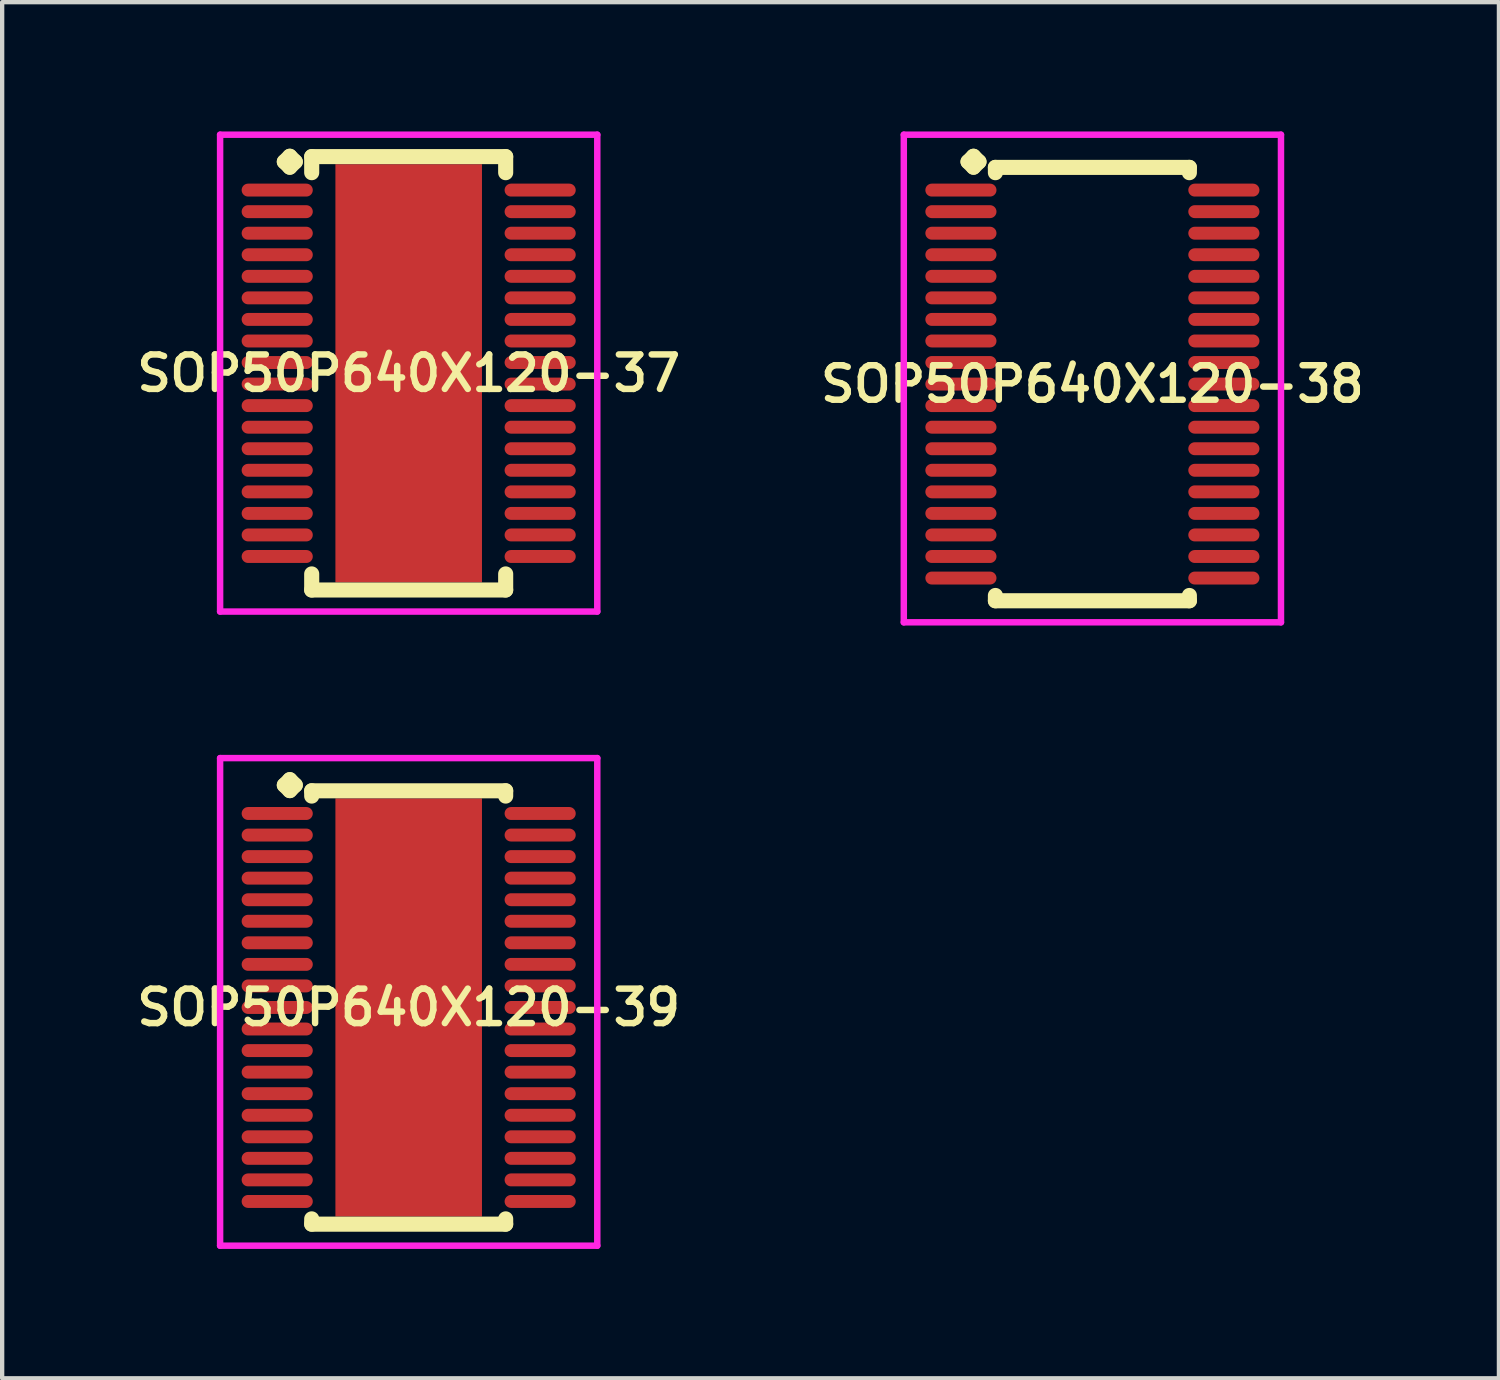
<source format=kicad_pcb>
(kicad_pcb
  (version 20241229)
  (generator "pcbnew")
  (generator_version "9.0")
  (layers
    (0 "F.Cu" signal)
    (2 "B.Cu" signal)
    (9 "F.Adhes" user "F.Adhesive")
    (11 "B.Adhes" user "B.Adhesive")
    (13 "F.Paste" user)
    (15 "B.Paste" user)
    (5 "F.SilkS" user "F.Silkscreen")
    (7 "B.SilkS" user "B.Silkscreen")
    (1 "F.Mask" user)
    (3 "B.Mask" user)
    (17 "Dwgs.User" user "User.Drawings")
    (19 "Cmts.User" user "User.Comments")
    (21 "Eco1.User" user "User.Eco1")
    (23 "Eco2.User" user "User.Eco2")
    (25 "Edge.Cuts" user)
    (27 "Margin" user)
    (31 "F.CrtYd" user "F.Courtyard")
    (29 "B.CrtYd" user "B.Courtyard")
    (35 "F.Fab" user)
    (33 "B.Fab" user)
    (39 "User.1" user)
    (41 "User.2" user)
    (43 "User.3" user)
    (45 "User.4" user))
  (footprint "SOP50P640X120-39"
    (layer "F.Cu")
    (at 6.431 20.322)
    (property "Reference" "SOP50P640X120-39" (at 0 0 0) (layer "F.SilkS") (effects (font (size 0.8 0.8) (thickness 0.15))))
    (attr smd)
    (fp_line (start -2.885 -5.158) (end -2.758 -5.285) (stroke (width 0.35) (type solid)) (layer "F.SilkS"))
    (fp_line (start -2.758 -5.285) (end -2.631 -5.158) (stroke (width 0.35) (type solid)) (layer "F.SilkS"))
    (fp_line (start -2.758 -5.031) (end -2.885 -5.158) (stroke (width 0.35) (type solid)) (layer "F.SilkS"))
    (fp_line (start -2.631 -5.158) (end -2.758 -5.031) (stroke (width 0.35) (type solid)) (layer "F.SilkS"))
    (fp_line (start -2.25 -5.027) (end 2.25 -5.027) (stroke (width 0.35) (type solid)) (layer "F.SilkS"))
    (fp_line (start -2.25 -4.904) (end -2.25 -5.027) (stroke (width 0.35) (type solid)) (layer "F.SilkS"))
    (fp_line (start -2.25 4.904) (end -2.25 5.027) (stroke (width 0.35) (type solid)) (layer "F.SilkS"))
    (fp_line (start -2.25 5.027) (end 2.25 5.027) (stroke (width 0.35) (type solid)) (layer "F.SilkS"))
    (fp_line (start 2.25 -5.027) (end 2.25 -4.904) (stroke (width 0.35) (type solid)) (layer "F.SilkS"))
    (fp_line (start 2.25 5.027) (end 2.25 4.904) (stroke (width 0.35) (type solid)) (layer "F.SilkS"))
    (fp_line (start -4.375 -5.785) (end 4.375 -5.785) (stroke (width 0.15) (type solid)) (layer "F.CrtYd"))
    (fp_line (start -4.375 5.527) (end -4.375 -5.785) (stroke (width 0.15) (type solid)) (layer "F.CrtYd"))
    (fp_line (start 4.375 -5.785) (end 4.375 5.527) (stroke (width 0.15) (type solid)) (layer "F.CrtYd"))
    (fp_line (start 4.375 5.527) (end -4.375 5.527) (stroke (width 0.15) (type solid)) (layer "F.CrtYd"))
    (pad "1" smd oval (at -3.05 -4.5) (size 1.65 0.3) (layers "F.Cu" "F.Mask" "F.Paste"))
    (pad "2" smd oval (at -3.05 -4) (size 1.65 0.3) (layers "F.Cu" "F.Mask" "F.Paste"))
    (pad "3" smd oval (at -3.05 -3.5) (size 1.65 0.3) (layers "F.Cu" "F.Mask" "F.Paste"))
    (pad "4" smd oval (at -3.05 -3) (size 1.65 0.3) (layers "F.Cu" "F.Mask" "F.Paste"))
    (pad "5" smd oval (at -3.05 -2.5) (size 1.65 0.3) (layers "F.Cu" "F.Mask" "F.Paste"))
    (pad "6" smd oval (at -3.05 -2) (size 1.65 0.3) (layers "F.Cu" "F.Mask" "F.Paste"))
    (pad "7" smd oval (at -3.05 -1.5) (size 1.65 0.3) (layers "F.Cu" "F.Mask" "F.Paste"))
    (pad "8" smd oval (at -3.05 -1) (size 1.65 0.3) (layers "F.Cu" "F.Mask" "F.Paste"))
    (pad "9" smd oval (at -3.05 -0.5) (size 1.65 0.3) (layers "F.Cu" "F.Mask" "F.Paste"))
    (pad "10" smd oval (at -3.05 0) (size 1.65 0.3) (layers "F.Cu" "F.Mask" "F.Paste"))
    (pad "11" smd oval (at -3.05 0.5) (size 1.65 0.3) (layers "F.Cu" "F.Mask" "F.Paste"))
    (pad "12" smd oval (at -3.05 1) (size 1.65 0.3) (layers "F.Cu" "F.Mask" "F.Paste"))
    (pad "13" smd oval (at -3.05 1.5) (size 1.65 0.3) (layers "F.Cu" "F.Mask" "F.Paste"))
    (pad "14" smd oval (at -3.05 2) (size 1.65 0.3) (layers "F.Cu" "F.Mask" "F.Paste"))
    (pad "15" smd oval (at -3.05 2.5) (size 1.65 0.3) (layers "F.Cu" "F.Mask" "F.Paste"))
    (pad "16" smd oval (at -3.05 3) (size 1.65 0.3) (layers "F.Cu" "F.Mask" "F.Paste"))
    (pad "17" smd oval (at -3.05 3.5) (size 1.65 0.3) (layers "F.Cu" "F.Mask" "F.Paste"))
    (pad "18" smd oval (at -3.05 4) (size 1.65 0.3) (layers "F.Cu" "F.Mask" "F.Paste"))
    (pad "19" smd oval (at -3.05 4.5) (size 1.65 0.3) (layers "F.Cu" "F.Mask" "F.Paste"))
    (pad "20" smd oval (at 3.05 4.5) (size 1.65 0.3) (layers "F.Cu" "F.Mask" "F.Paste"))
    (pad "21" smd oval (at 3.05 4) (size 1.65 0.3) (layers "F.Cu" "F.Mask" "F.Paste"))
    (pad "22" smd oval (at 3.05 3.5) (size 1.65 0.3) (layers "F.Cu" "F.Mask" "F.Paste"))
    (pad "23" smd oval (at 3.05 3) (size 1.65 0.3) (layers "F.Cu" "F.Mask" "F.Paste"))
    (pad "24" smd oval (at 3.05 2.5) (size 1.65 0.3) (layers "F.Cu" "F.Mask" "F.Paste"))
    (pad "25" smd oval (at 3.05 2) (size 1.65 0.3) (layers "F.Cu" "F.Mask" "F.Paste"))
    (pad "26" smd oval (at 3.05 1.5) (size 1.65 0.3) (layers "F.Cu" "F.Mask" "F.Paste"))
    (pad "27" smd oval (at 3.05 1) (size 1.65 0.3) (layers "F.Cu" "F.Mask" "F.Paste"))
    (pad "28" smd oval (at 3.05 0.5) (size 1.65 0.3) (layers "F.Cu" "F.Mask" "F.Paste"))
    (pad "29" smd oval (at 3.05 0) (size 1.65 0.3) (layers "F.Cu" "F.Mask" "F.Paste"))
    (pad "30" smd oval (at 3.05 -0.5) (size 1.65 0.3) (layers "F.Cu" "F.Mask" "F.Paste"))
    (pad "31" smd oval (at 3.05 -1) (size 1.65 0.3) (layers "F.Cu" "F.Mask" "F.Paste"))
    (pad "32" smd oval (at 3.05 -1.5) (size 1.65 0.3) (layers "F.Cu" "F.Mask" "F.Paste"))
    (pad "33" smd oval (at 3.05 -2) (size 1.65 0.3) (layers "F.Cu" "F.Mask" "F.Paste"))
    (pad "34" smd oval (at 3.05 -2.5) (size 1.65 0.3) (layers "F.Cu" "F.Mask" "F.Paste"))
    (pad "35" smd oval (at 3.05 -3) (size 1.65 0.3) (layers "F.Cu" "F.Mask" "F.Paste"))
    (pad "36" smd oval (at 3.05 -3.5) (size 1.65 0.3) (layers "F.Cu" "F.Mask" "F.Paste"))
    (pad "37" smd oval (at 3.05 -4) (size 1.65 0.3) (layers "F.Cu" "F.Mask" "F.Paste"))
    (pad "38" smd oval (at 3.05 -4.5) (size 1.65 0.3) (layers "F.Cu" "F.Mask" "F.Paste"))
    (pad "39" smd rect (at 0 0) (size 3.4 9.7) (layers "F.Cu" "F.Mask" "F.Paste")))
  (footprint "SOP50P640X120-37"
    (layer "F.Cu")
    (at 6.431 5.61)
    (property "Reference" "SOP50P640X120-37" (at 0 0 0) (layer "F.SilkS") (effects (font (size 0.8 0.8) (thickness 0.15))))
    (attr smd)
    (fp_line (start -2.885 -4.908) (end -2.758 -5.035) (stroke (width 0.35) (type solid)) (layer "F.SilkS"))
    (fp_line (start -2.758 -5.035) (end -2.631 -4.908) (stroke (width 0.35) (type solid)) (layer "F.SilkS"))
    (fp_line (start -2.758 -4.781) (end -2.885 -4.908) (stroke (width 0.35) (type solid)) (layer "F.SilkS"))
    (fp_line (start -2.631 -4.908) (end -2.758 -4.781) (stroke (width 0.35) (type solid)) (layer "F.SilkS"))
    (fp_line (start -2.25 -5.027) (end 2.25 -5.027) (stroke (width 0.35) (type solid)) (layer "F.SilkS"))
    (fp_line (start -2.25 -4.654) (end -2.25 -5.027) (stroke (width 0.35) (type solid)) (layer "F.SilkS"))
    (fp_line (start -2.25 4.654) (end -2.25 5.027) (stroke (width 0.35) (type solid)) (layer "F.SilkS"))
    (fp_line (start -2.25 5.027) (end 2.25 5.027) (stroke (width 0.35) (type solid)) (layer "F.SilkS"))
    (fp_line (start 2.25 -5.027) (end 2.25 -4.654) (stroke (width 0.35) (type solid)) (layer "F.SilkS"))
    (fp_line (start 2.25 5.027) (end 2.25 4.654) (stroke (width 0.35) (type solid)) (layer "F.SilkS"))
    (fp_line (start -4.375 -5.535) (end 4.375 -5.535) (stroke (width 0.15) (type solid)) (layer "F.CrtYd"))
    (fp_line (start -4.375 5.527) (end -4.375 -5.535) (stroke (width 0.15) (type solid)) (layer "F.CrtYd"))
    (fp_line (start 4.375 -5.535) (end 4.375 5.527) (stroke (width 0.15) (type solid)) (layer "F.CrtYd"))
    (fp_line (start 4.375 5.527) (end -4.375 5.527) (stroke (width 0.15) (type solid)) (layer "F.CrtYd"))
    (pad "1" smd oval (at -3.05 -4.25) (size 1.65 0.3) (layers "F.Cu" "F.Mask" "F.Paste"))
    (pad "2" smd oval (at -3.05 -3.75) (size 1.65 0.3) (layers "F.Cu" "F.Mask" "F.Paste"))
    (pad "3" smd oval (at -3.05 -3.25) (size 1.65 0.3) (layers "F.Cu" "F.Mask" "F.Paste"))
    (pad "4" smd oval (at -3.05 -2.75) (size 1.65 0.3) (layers "F.Cu" "F.Mask" "F.Paste"))
    (pad "5" smd oval (at -3.05 -2.25) (size 1.65 0.3) (layers "F.Cu" "F.Mask" "F.Paste"))
    (pad "6" smd oval (at -3.05 -1.75) (size 1.65 0.3) (layers "F.Cu" "F.Mask" "F.Paste"))
    (pad "7" smd oval (at -3.05 -1.25) (size 1.65 0.3) (layers "F.Cu" "F.Mask" "F.Paste"))
    (pad "8" smd oval (at -3.05 -0.75) (size 1.65 0.3) (layers "F.Cu" "F.Mask" "F.Paste"))
    (pad "9" smd oval (at -3.05 -0.25) (size 1.65 0.3) (layers "F.Cu" "F.Mask" "F.Paste"))
    (pad "10" smd oval (at -3.05 0.25) (size 1.65 0.3) (layers "F.Cu" "F.Mask" "F.Paste"))
    (pad "11" smd oval (at -3.05 0.75) (size 1.65 0.3) (layers "F.Cu" "F.Mask" "F.Paste"))
    (pad "12" smd oval (at -3.05 1.25) (size 1.65 0.3) (layers "F.Cu" "F.Mask" "F.Paste"))
    (pad "13" smd oval (at -3.05 1.75) (size 1.65 0.3) (layers "F.Cu" "F.Mask" "F.Paste"))
    (pad "14" smd oval (at -3.05 2.25) (size 1.65 0.3) (layers "F.Cu" "F.Mask" "F.Paste"))
    (pad "15" smd oval (at -3.05 2.75) (size 1.65 0.3) (layers "F.Cu" "F.Mask" "F.Paste"))
    (pad "16" smd oval (at -3.05 3.25) (size 1.65 0.3) (layers "F.Cu" "F.Mask" "F.Paste"))
    (pad "17" smd oval (at -3.05 3.75) (size 1.65 0.3) (layers "F.Cu" "F.Mask" "F.Paste"))
    (pad "18" smd oval (at -3.05 4.25) (size 1.65 0.3) (layers "F.Cu" "F.Mask" "F.Paste"))
    (pad "19" smd oval (at 3.05 4.25) (size 1.65 0.3) (layers "F.Cu" "F.Mask" "F.Paste"))
    (pad "20" smd oval (at 3.05 3.75) (size 1.65 0.3) (layers "F.Cu" "F.Mask" "F.Paste"))
    (pad "21" smd oval (at 3.05 3.25) (size 1.65 0.3) (layers "F.Cu" "F.Mask" "F.Paste"))
    (pad "22" smd oval (at 3.05 2.75) (size 1.65 0.3) (layers "F.Cu" "F.Mask" "F.Paste"))
    (pad "23" smd oval (at 3.05 2.25) (size 1.65 0.3) (layers "F.Cu" "F.Mask" "F.Paste"))
    (pad "24" smd oval (at 3.05 1.75) (size 1.65 0.3) (layers "F.Cu" "F.Mask" "F.Paste"))
    (pad "25" smd oval (at 3.05 1.25) (size 1.65 0.3) (layers "F.Cu" "F.Mask" "F.Paste"))
    (pad "26" smd oval (at 3.05 0.75) (size 1.65 0.3) (layers "F.Cu" "F.Mask" "F.Paste"))
    (pad "27" smd oval (at 3.05 0.25) (size 1.65 0.3) (layers "F.Cu" "F.Mask" "F.Paste"))
    (pad "28" smd oval (at 3.05 -0.25) (size 1.65 0.3) (layers "F.Cu" "F.Mask" "F.Paste"))
    (pad "29" smd oval (at 3.05 -0.75) (size 1.65 0.3) (layers "F.Cu" "F.Mask" "F.Paste"))
    (pad "30" smd oval (at 3.05 -1.25) (size 1.65 0.3) (layers "F.Cu" "F.Mask" "F.Paste"))
    (pad "31" smd oval (at 3.05 -1.75) (size 1.65 0.3) (layers "F.Cu" "F.Mask" "F.Paste"))
    (pad "32" smd oval (at 3.05 -2.25) (size 1.65 0.3) (layers "F.Cu" "F.Mask" "F.Paste"))
    (pad "33" smd oval (at 3.05 -2.75) (size 1.65 0.3) (layers "F.Cu" "F.Mask" "F.Paste"))
    (pad "34" smd oval (at 3.05 -3.25) (size 1.65 0.3) (layers "F.Cu" "F.Mask" "F.Paste"))
    (pad "35" smd oval (at 3.05 -3.75) (size 1.65 0.3) (layers "F.Cu" "F.Mask" "F.Paste"))
    (pad "36" smd oval (at 3.05 -4.25) (size 1.65 0.3) (layers "F.Cu" "F.Mask" "F.Paste"))
    (pad "37" smd rect (at 0 0) (size 3.4 9.7) (layers "F.Cu" "F.Mask" "F.Paste")))
  (footprint "SOP50P640X120-38"
    (layer "F.Cu")
    (at 22.292 5.86)
    (property "Reference" "SOP50P640X120-38" (at 0 0 0) (layer "F.SilkS") (effects (font (size 0.8 0.8) (thickness 0.15))))
    (attr smd)
    (fp_line (start -2.885 -5.158) (end -2.758 -5.285) (stroke (width 0.35) (type solid)) (layer "F.SilkS"))
    (fp_line (start -2.758 -5.285) (end -2.631 -5.158) (stroke (width 0.35) (type solid)) (layer "F.SilkS"))
    (fp_line (start -2.758 -5.031) (end -2.885 -5.158) (stroke (width 0.35) (type solid)) (layer "F.SilkS"))
    (fp_line (start -2.631 -5.158) (end -2.758 -5.031) (stroke (width 0.35) (type solid)) (layer "F.SilkS"))
    (fp_line (start -2.25 -5.027) (end 2.25 -5.027) (stroke (width 0.35) (type solid)) (layer "F.SilkS"))
    (fp_line (start -2.25 -4.904) (end -2.25 -5.027) (stroke (width 0.35) (type solid)) (layer "F.SilkS"))
    (fp_line (start -2.25 4.904) (end -2.25 5.027) (stroke (width 0.35) (type solid)) (layer "F.SilkS"))
    (fp_line (start -2.25 5.027) (end 2.25 5.027) (stroke (width 0.35) (type solid)) (layer "F.SilkS"))
    (fp_line (start 2.25 -5.027) (end 2.25 -4.904) (stroke (width 0.35) (type solid)) (layer "F.SilkS"))
    (fp_line (start 2.25 5.027) (end 2.25 4.904) (stroke (width 0.35) (type solid)) (layer "F.SilkS"))
    (fp_line (start -4.375 -5.785) (end 4.375 -5.785) (stroke (width 0.15) (type solid)) (layer "F.CrtYd"))
    (fp_line (start -4.375 5.527) (end -4.375 -5.785) (stroke (width 0.15) (type solid)) (layer "F.CrtYd"))
    (fp_line (start 4.375 -5.785) (end 4.375 5.527) (stroke (width 0.15) (type solid)) (layer "F.CrtYd"))
    (fp_line (start 4.375 5.527) (end -4.375 5.527) (stroke (width 0.15) (type solid)) (layer "F.CrtYd"))
    (pad "1" smd oval (at -3.05 -4.5) (size 1.65 0.3) (layers "F.Cu" "F.Mask" "F.Paste"))
    (pad "2" smd oval (at -3.05 -4) (size 1.65 0.3) (layers "F.Cu" "F.Mask" "F.Paste"))
    (pad "3" smd oval (at -3.05 -3.5) (size 1.65 0.3) (layers "F.Cu" "F.Mask" "F.Paste"))
    (pad "4" smd oval (at -3.05 -3) (size 1.65 0.3) (layers "F.Cu" "F.Mask" "F.Paste"))
    (pad "5" smd oval (at -3.05 -2.5) (size 1.65 0.3) (layers "F.Cu" "F.Mask" "F.Paste"))
    (pad "6" smd oval (at -3.05 -2) (size 1.65 0.3) (layers "F.Cu" "F.Mask" "F.Paste"))
    (pad "7" smd oval (at -3.05 -1.5) (size 1.65 0.3) (layers "F.Cu" "F.Mask" "F.Paste"))
    (pad "8" smd oval (at -3.05 -1) (size 1.65 0.3) (layers "F.Cu" "F.Mask" "F.Paste"))
    (pad "9" smd oval (at -3.05 -0.5) (size 1.65 0.3) (layers "F.Cu" "F.Mask" "F.Paste"))
    (pad "10" smd oval (at -3.05 0) (size 1.65 0.3) (layers "F.Cu" "F.Mask" "F.Paste"))
    (pad "11" smd oval (at -3.05 0.5) (size 1.65 0.3) (layers "F.Cu" "F.Mask" "F.Paste"))
    (pad "12" smd oval (at -3.05 1) (size 1.65 0.3) (layers "F.Cu" "F.Mask" "F.Paste"))
    (pad "13" smd oval (at -3.05 1.5) (size 1.65 0.3) (layers "F.Cu" "F.Mask" "F.Paste"))
    (pad "14" smd oval (at -3.05 2) (size 1.65 0.3) (layers "F.Cu" "F.Mask" "F.Paste"))
    (pad "15" smd oval (at -3.05 2.5) (size 1.65 0.3) (layers "F.Cu" "F.Mask" "F.Paste"))
    (pad "16" smd oval (at -3.05 3) (size 1.65 0.3) (layers "F.Cu" "F.Mask" "F.Paste"))
    (pad "17" smd oval (at -3.05 3.5) (size 1.65 0.3) (layers "F.Cu" "F.Mask" "F.Paste"))
    (pad "18" smd oval (at -3.05 4) (size 1.65 0.3) (layers "F.Cu" "F.Mask" "F.Paste"))
    (pad "19" smd oval (at -3.05 4.5) (size 1.65 0.3) (layers "F.Cu" "F.Mask" "F.Paste"))
    (pad "20" smd oval (at 3.05 4.5) (size 1.65 0.3) (layers "F.Cu" "F.Mask" "F.Paste"))
    (pad "21" smd oval (at 3.05 4) (size 1.65 0.3) (layers "F.Cu" "F.Mask" "F.Paste"))
    (pad "22" smd oval (at 3.05 3.5) (size 1.65 0.3) (layers "F.Cu" "F.Mask" "F.Paste"))
    (pad "23" smd oval (at 3.05 3) (size 1.65 0.3) (layers "F.Cu" "F.Mask" "F.Paste"))
    (pad "24" smd oval (at 3.05 2.5) (size 1.65 0.3) (layers "F.Cu" "F.Mask" "F.Paste"))
    (pad "25" smd oval (at 3.05 2) (size 1.65 0.3) (layers "F.Cu" "F.Mask" "F.Paste"))
    (pad "26" smd oval (at 3.05 1.5) (size 1.65 0.3) (layers "F.Cu" "F.Mask" "F.Paste"))
    (pad "27" smd oval (at 3.05 1) (size 1.65 0.3) (layers "F.Cu" "F.Mask" "F.Paste"))
    (pad "28" smd oval (at 3.05 0.5) (size 1.65 0.3) (layers "F.Cu" "F.Mask" "F.Paste"))
    (pad "29" smd oval (at 3.05 0) (size 1.65 0.3) (layers "F.Cu" "F.Mask" "F.Paste"))
    (pad "30" smd oval (at 3.05 -0.5) (size 1.65 0.3) (layers "F.Cu" "F.Mask" "F.Paste"))
    (pad "31" smd oval (at 3.05 -1) (size 1.65 0.3) (layers "F.Cu" "F.Mask" "F.Paste"))
    (pad "32" smd oval (at 3.05 -1.5) (size 1.65 0.3) (layers "F.Cu" "F.Mask" "F.Paste"))
    (pad "33" smd oval (at 3.05 -2) (size 1.65 0.3) (layers "F.Cu" "F.Mask" "F.Paste"))
    (pad "34" smd oval (at 3.05 -2.5) (size 1.65 0.3) (layers "F.Cu" "F.Mask" "F.Paste"))
    (pad "35" smd oval (at 3.05 -3) (size 1.65 0.3) (layers "F.Cu" "F.Mask" "F.Paste"))
    (pad "36" smd oval (at 3.05 -3.5) (size 1.65 0.3) (layers "F.Cu" "F.Mask" "F.Paste"))
    (pad "37" smd oval (at 3.05 -4) (size 1.65 0.3) (layers "F.Cu" "F.Mask" "F.Paste"))
    (pad "38" smd oval (at 3.05 -4.5) (size 1.65 0.3) (layers "F.Cu" "F.Mask" "F.Paste")))
  (gr_rect
    (start -3 -3)
    (end 31.723 28.924)
    (stroke (width 0.1) (type default))
    (fill no)
    (layer "Edge.Cuts")))
</source>
